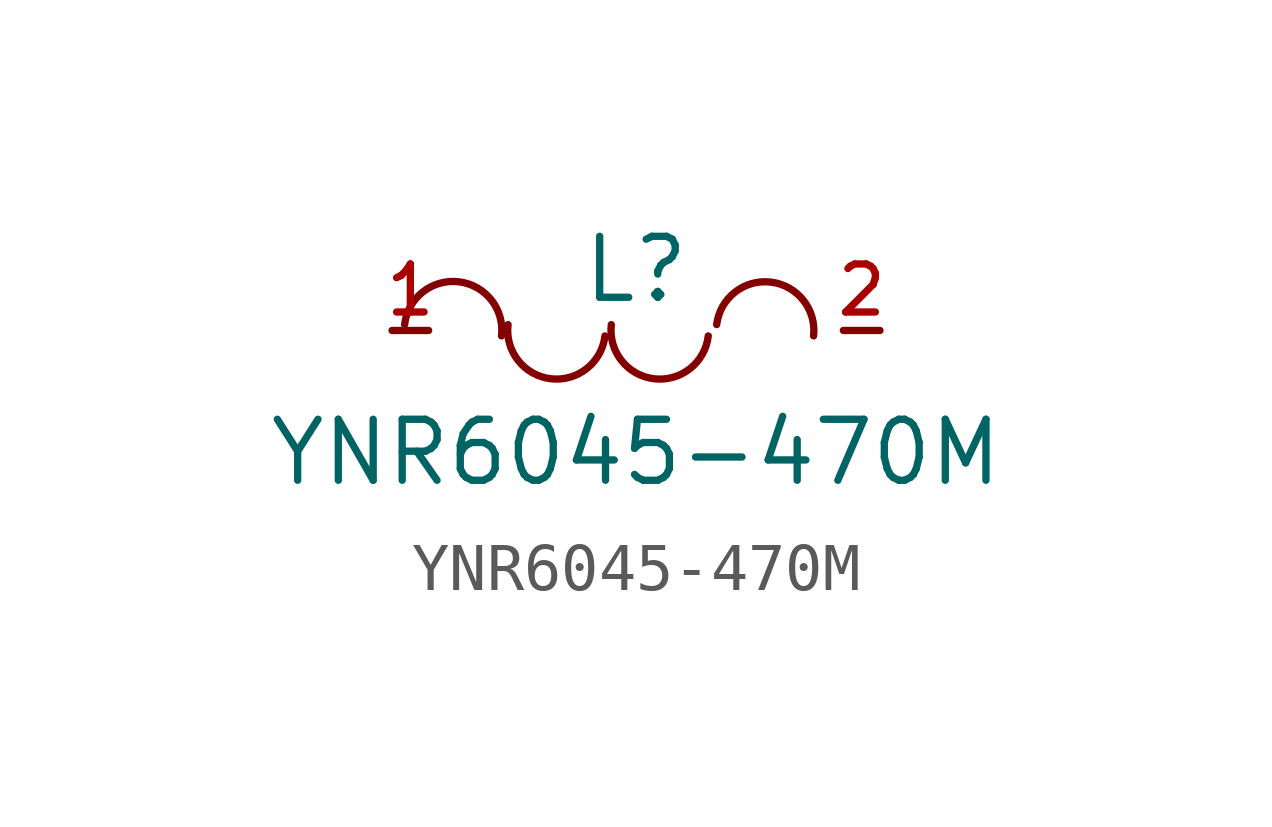
<source format=kicad_sym>
(kicad_symbol_lib
  (version 20220914)
  (generator kicad_symbol_editor)
  (symbol "YNR6045-470M"
    (pin_names hide)
    (property "Reference" "L"
      (at 0 1.27 0)
      (effects (font (size 1.27 1.27))))
    (property "Value" "YNR6045-470M"
      (at 0 -2.54 0)
      (effects (font (size 1.27 1.27))))
    (symbol "YNR6045-470M_0_1"
      (arc (start -2.8003 -0.1132) (mid -3.6924 1.0092) (end -4.8187 0.122) (stroke (width 0) (type default)) (fill (type none)))
      (arc (start -2.6647 0.121) (mid -1.7735 -1.006) (end -0.6464 -0.1148) (stroke (width 0) (type default)) (fill (type none)))
      (arc (start -0.5133 0.121) (mid 0.3778 -1.0059) (end 1.5049 -0.1148) (stroke (width 0) (type default)) (fill (type none)))
      (arc (start 3.6983 -0.1132) (mid 2.8062 1.0092) (end 1.6799 0.122) (stroke (width 0) (type default)) (fill (type none)))
      (pin unspecified line (at -5.08 0 0) (length 0.762) (name "1" (effects (font (size 1 1)))) (number "1" (effects (font (size 1 1)))))
      (pin unspecified line (at 5.08 0 180) (length 0.762) (name "2" (effects (font (size 1 1)))) (number "2" (effects (font (size 1 1))))))))
</source>
